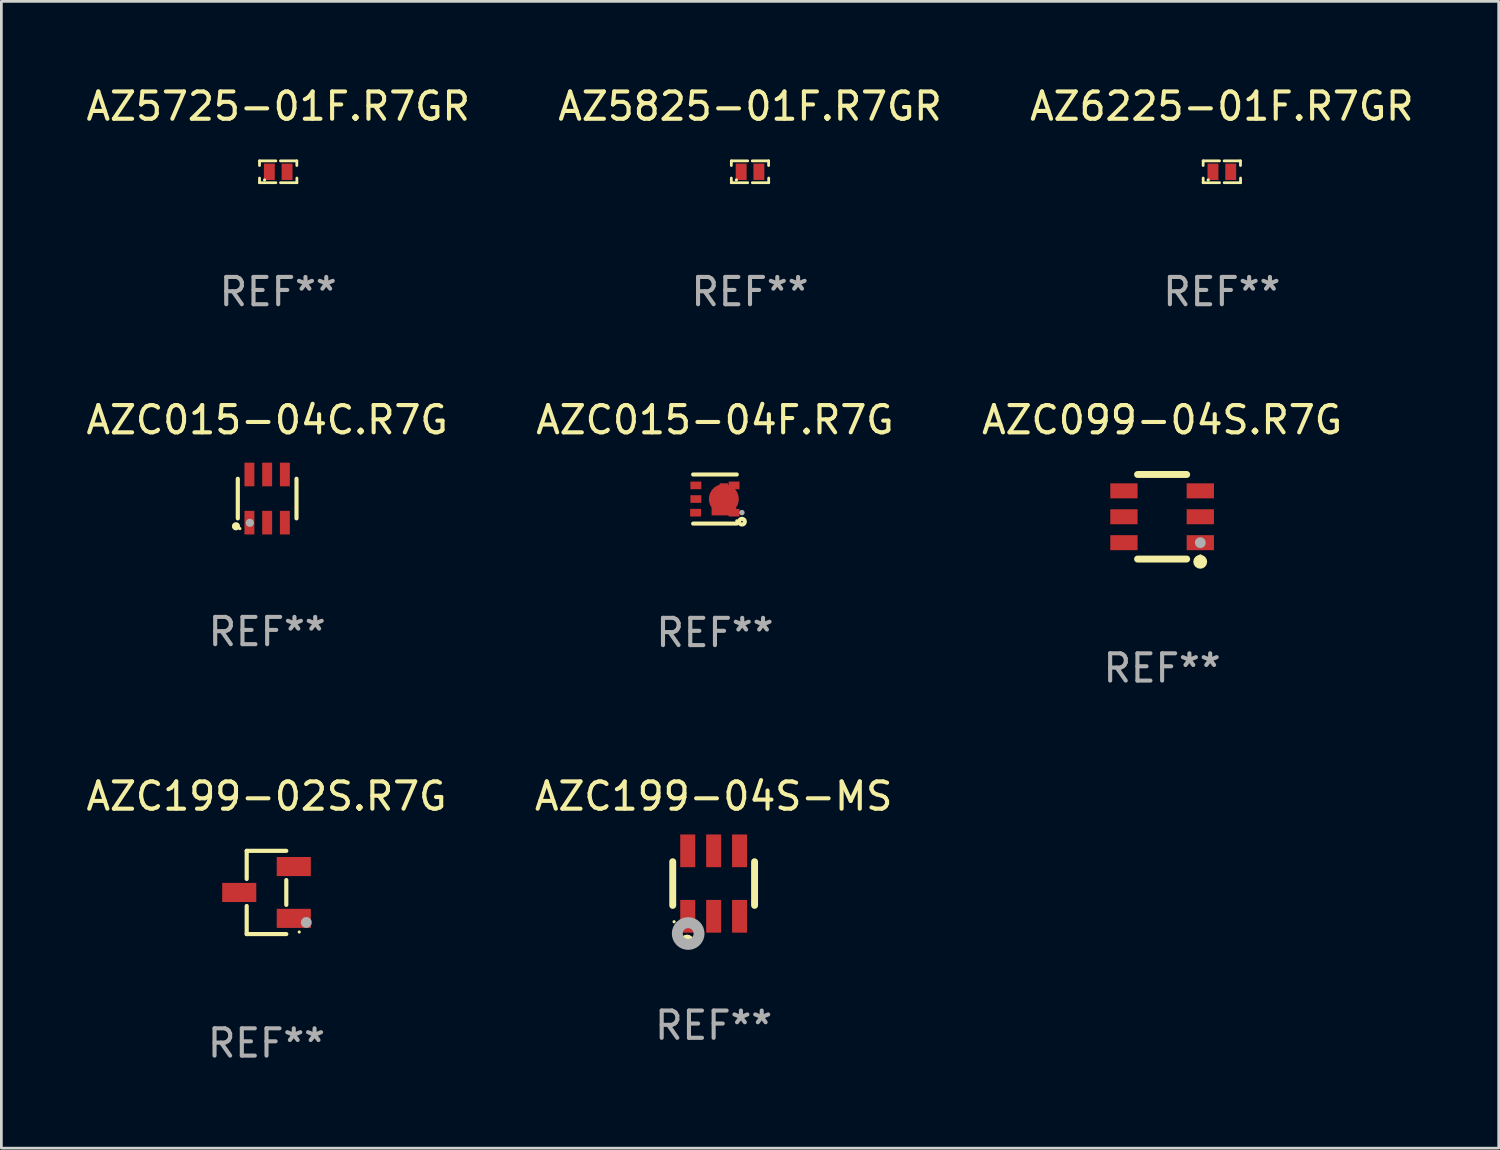
<source format=kicad_pcb>
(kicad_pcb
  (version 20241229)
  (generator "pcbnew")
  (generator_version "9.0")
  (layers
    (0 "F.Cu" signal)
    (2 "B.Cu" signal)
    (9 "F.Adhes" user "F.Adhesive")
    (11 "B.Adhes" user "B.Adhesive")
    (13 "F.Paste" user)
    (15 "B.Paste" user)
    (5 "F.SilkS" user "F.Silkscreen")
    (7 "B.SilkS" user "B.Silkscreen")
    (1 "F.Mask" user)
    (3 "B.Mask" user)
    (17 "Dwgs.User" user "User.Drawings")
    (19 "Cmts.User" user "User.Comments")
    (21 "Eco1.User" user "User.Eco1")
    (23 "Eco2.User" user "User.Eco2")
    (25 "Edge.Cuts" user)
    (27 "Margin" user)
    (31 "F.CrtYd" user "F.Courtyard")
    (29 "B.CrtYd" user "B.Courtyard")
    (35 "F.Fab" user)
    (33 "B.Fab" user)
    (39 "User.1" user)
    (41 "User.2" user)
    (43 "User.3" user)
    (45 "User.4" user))
  (footprint "AZC099-04S.R7G"
    (layer "F.Cu")
    (at 39.554 15.895)
    (property "Reference" "AZC099-04S.R7G" (at 0 -3.55 0) (layer "F.SilkS") (effects (font (size 1 1) (thickness 0.15))))
    (attr through_hole)
    (fp_line (start -0.9 -1.55) (end 0.9 -1.55) (stroke (width 0.254) (type solid)) (layer "F.SilkS"))
    (fp_line (start -0.9 1.55) (end 0.9 1.55) (stroke (width 0.254) (type solid)) (layer "F.SilkS"))
    (fp_circle (center 1.397 1.651) (end 1.524 1.651) (stroke (width 0.254) (type solid)) (fill no) (layer "F.SilkS"))
    (fp_circle (center 1.4 1.435) (end 1.43 1.435) (stroke (width 0.06) (type solid)) (fill no) (layer "F.SilkS"))
    (fp_circle (center 1.4 0.95) (end 1.5 0.95) (stroke (width 0.2) (type solid)) (fill no) (layer "F.Fab"))
    (fp_text user "REF**" (at 0 5.55 0) (layer "F.Fab") (effects (font (size 1 1) (thickness 0.15))))
    (pad "1" smd rect (at 1.4 0.95) (size 1 0.55) (layers "F.Cu" "F.Mask" "F.Paste"))
    (pad "2" smd rect (at 1.4 -0.000102) (size 1 0.55) (layers "F.Cu" "F.Mask" "F.Paste"))
    (pad "3" smd rect (at 1.4 -0.95) (size 1 0.55) (layers "F.Cu" "F.Mask" "F.Paste"))
    (pad "4" smd rect (at -1.4 -0.95) (size 1 0.55) (layers "F.Cu" "F.Mask" "F.Paste"))
    (pad "5" smd rect (at -1.4 -0.000102) (size 1 0.55) (layers "F.Cu" "F.Mask" "F.Paste"))
    (pad "6" smd rect (at -1.4 0.95) (size 1 0.55) (layers "F.Cu" "F.Mask" "F.Paste")))
  (footprint "AZ5725-01F.R7GR"
    (layer "F.Cu")
    (at 7.149 3.248)
    (property "Reference" "AZ5725-01F.R7GR" (at 0 -2.4 0) (layer "F.SilkS") (effects (font (size 1 1) (thickness 0.15))))
    (attr through_hole)
    (fp_line (start -0.685 -0.4) (end -0.685 -0.23) (stroke (width 0.102) (type solid)) (layer "F.SilkS"))
    (fp_line (start -0.685 0.4) (end -0.685 0.23) (stroke (width 0.102) (type solid)) (layer "F.SilkS"))
    (fp_line (start -0.085 -0.4) (end -0.685 -0.4) (stroke (width 0.102) (type solid)) (layer "F.SilkS"))
    (fp_line (start -0.085 0.4) (end -0.685 0.4) (stroke (width 0.102) (type solid)) (layer "F.SilkS"))
    (fp_line (start 0.082 -0.4) (end 0.682 -0.4) (stroke (width 0.102) (type solid)) (layer "F.SilkS"))
    (fp_line (start 0.085 0.4) (end 0.685 0.4) (stroke (width 0.102) (type solid)) (layer "F.SilkS"))
    (fp_line (start 0.682 -0.4) (end 0.682 -0.23) (stroke (width 0.102) (type solid)) (layer "F.SilkS"))
    (fp_line (start 0.685 0.4) (end 0.685 0.23) (stroke (width 0.102) (type solid)) (layer "F.SilkS"))
    (fp_circle (center -0.5 0.3) (end -0.47 0.3) (stroke (width 0.06) (type solid)) (fill no) (layer "F.SilkS"))
    (fp_text user "REF**" (at 0 4.4 0) (layer "F.Fab") (effects (font (size 1 1) (thickness 0.15))))
    (pad "1" smd rect (at -0.325 0) (size 0.4 0.6) (layers "F.Cu" "F.Mask" "F.Paste"))
    (pad "2" smd rect (at 0.325 0) (size 0.4 0.6) (layers "F.Cu" "F.Mask" "F.Paste")))
  (footprint "AZC199-04S-MS"
    (layer "F.Cu")
    (at 23.113 29.342)
    (property "Reference" "AZC199-04S-MS" (at 0 -3.2 0) (layer "F.SilkS") (effects (font (size 1 1) (thickness 0.15))))
    (attr through_hole)
    (fp_line (start -1.5 0.8) (end -1.5 -0.8) (stroke (width 0.254) (type solid)) (layer "F.SilkS"))
    (fp_line (start 1.5 -0.8) (end 1.5 0.8) (stroke (width 0.254) (type solid)) (layer "F.SilkS"))
    (fp_circle (center -1.45 1.4) (end -1.42 1.4) (stroke (width 0.06) (type solid)) (fill no) (layer "F.SilkS"))
    (fp_circle (center -0.975 2.125) (end -0.848 2.125) (stroke (width 0.254) (type solid)) (fill no) (layer "F.SilkS"))
    (fp_circle (center -0.934 1.832) (end -0.735 1.832) (stroke (width 0.4) (type solid)) (fill no) (layer "F.Fab"))
    (fp_text user "REF**" (at 0 5.2 0) (layer "F.Fab") (effects (font (size 1 1) (thickness 0.15))))
    (pad "1" smd rect (at -0.95 1.2) (size 0.55 1.2) (layers "F.Cu" "F.Mask" "F.Paste"))
    (pad "2" smd rect (at 0 1.2) (size 0.55 1.2) (layers "F.Cu" "F.Mask" "F.Paste"))
    (pad "3" smd rect (at 0.95 1.2) (size 0.55 1.2) (layers "F.Cu" "F.Mask" "F.Paste"))
    (pad "4" smd rect (at 0.95 -1.2) (size 0.55 1.2) (layers "F.Cu" "F.Mask" "F.Paste"))
    (pad "5" smd rect (at 0 -1.2) (size 0.55 1.2) (layers "F.Cu" "F.Mask" "F.Paste"))
    (pad "6" smd rect (at -0.95 -1.2) (size 0.55 1.2) (layers "F.Cu" "F.Mask" "F.Paste")))
  (footprint "AZ6225-01F.R7GR"
    (layer "F.Cu")
    (at 41.744 3.248)
    (property "Reference" "AZ6225-01F.R7GR" (at 0 -2.4 0) (layer "F.SilkS") (effects (font (size 1 1) (thickness 0.15))))
    (attr through_hole)
    (fp_line (start -0.685 -0.4) (end -0.685 -0.23) (stroke (width 0.102) (type solid)) (layer "F.SilkS"))
    (fp_line (start -0.685 0.4) (end -0.685 0.23) (stroke (width 0.102) (type solid)) (layer "F.SilkS"))
    (fp_line (start -0.085 -0.4) (end -0.685 -0.4) (stroke (width 0.102) (type solid)) (layer "F.SilkS"))
    (fp_line (start -0.085 0.4) (end -0.685 0.4) (stroke (width 0.102) (type solid)) (layer "F.SilkS"))
    (fp_line (start 0.082 -0.4) (end 0.682 -0.4) (stroke (width 0.102) (type solid)) (layer "F.SilkS"))
    (fp_line (start 0.085 0.4) (end 0.685 0.4) (stroke (width 0.102) (type solid)) (layer "F.SilkS"))
    (fp_line (start 0.682 -0.4) (end 0.682 -0.23) (stroke (width 0.102) (type solid)) (layer "F.SilkS"))
    (fp_line (start 0.685 0.4) (end 0.685 0.23) (stroke (width 0.102) (type solid)) (layer "F.SilkS"))
    (fp_circle (center -0.5 0.3) (end -0.47 0.3) (stroke (width 0.06) (type solid)) (fill no) (layer "F.SilkS"))
    (fp_text user "REF**" (at 0 4.4 0) (layer "F.Fab") (effects (font (size 1 1) (thickness 0.15))))
    (pad "1" smd rect (at -0.325 0) (size 0.4 0.6) (layers "F.Cu" "F.Mask" "F.Paste"))
    (pad "2" smd rect (at 0.325 0) (size 0.4 0.6) (layers "F.Cu" "F.Mask" "F.Paste")))
  (footprint "AZC199-02S.R7G"
    (layer "F.Cu")
    (at 6.72 29.668)
    (property "Reference" "AZC199-02S.R7G" (at 0 -3.526 0) (layer "F.SilkS") (effects (font (size 1 1) (thickness 0.15))))
    (attr through_hole)
    (fp_line (start -0.726 -1.526) (end -0.726 -0.495) (stroke (width 0.152) (type solid)) (layer "F.SilkS"))
    (fp_line (start -0.726 1.526) (end -0.726 0.495) (stroke (width 0.152) (type solid)) (layer "F.SilkS"))
    (fp_line (start 0.726 -1.526) (end -0.726 -1.526) (stroke (width 0.152) (type solid)) (layer "F.SilkS"))
    (fp_line (start 0.726 -0.455) (end 0.726 0.455) (stroke (width 0.152) (type solid)) (layer "F.SilkS"))
    (fp_line (start 0.726 1.526) (end -0.726 1.526) (stroke (width 0.152) (type solid)) (layer "F.SilkS"))
    (fp_circle (center 1.2 1.45) (end 1.23 1.45) (stroke (width 0.06) (type solid)) (fill no) (layer "F.SilkS"))
    (fp_circle (center 1.46 1.1) (end 1.56 1.1) (stroke (width 0.2) (type solid)) (fill no) (layer "F.Fab"))
    (fp_text user "REF**" (at 0 5.526 0) (layer "F.Fab") (effects (font (size 1 1) (thickness 0.15))))
    (pad "1" smd rect (at 1 0.95) (size 1.25 0.7) (layers "F.Cu" "F.Mask" "F.Paste"))
    (pad "2" smd rect (at 1 -0.95) (size 1.25 0.7) (layers "F.Cu" "F.Mask" "F.Paste"))
    (pad "3" smd rect (at -1 0) (size 1.25 0.7) (layers "F.Cu" "F.Mask" "F.Paste")))
  (footprint "AZ5825-01F.R7GR"
    (layer "F.Cu")
    (at 24.446 3.248)
    (property "Reference" "AZ5825-01F.R7GR" (at 0 -2.4 0) (layer "F.SilkS") (effects (font (size 1 1) (thickness 0.15))))
    (attr through_hole)
    (fp_line (start -0.685 -0.4) (end -0.685 -0.23) (stroke (width 0.102) (type solid)) (layer "F.SilkS"))
    (fp_line (start -0.685 0.4) (end -0.685 0.23) (stroke (width 0.102) (type solid)) (layer "F.SilkS"))
    (fp_line (start -0.085 -0.4) (end -0.685 -0.4) (stroke (width 0.102) (type solid)) (layer "F.SilkS"))
    (fp_line (start -0.085 0.4) (end -0.685 0.4) (stroke (width 0.102) (type solid)) (layer "F.SilkS"))
    (fp_line (start 0.082 -0.4) (end 0.682 -0.4) (stroke (width 0.102) (type solid)) (layer "F.SilkS"))
    (fp_line (start 0.085 0.4) (end 0.685 0.4) (stroke (width 0.102) (type solid)) (layer "F.SilkS"))
    (fp_line (start 0.682 -0.4) (end 0.682 -0.23) (stroke (width 0.102) (type solid)) (layer "F.SilkS"))
    (fp_line (start 0.685 0.4) (end 0.685 0.23) (stroke (width 0.102) (type solid)) (layer "F.SilkS"))
    (fp_circle (center -0.5 0.3) (end -0.47 0.3) (stroke (width 0.06) (type solid)) (fill no) (layer "F.SilkS"))
    (fp_text user "REF**" (at 0 4.4 0) (layer "F.Fab") (effects (font (size 1 1) (thickness 0.15))))
    (pad "1" smd rect (at -0.325 0) (size 0.4 0.6) (layers "F.Cu" "F.Mask" "F.Paste"))
    (pad "2" smd rect (at 0.325 0) (size 0.4 0.6) (layers "F.Cu" "F.Mask" "F.Paste")))
  (footprint "AZC015-04C.R7G"
    (layer "F.Cu")
    (at 6.744 15.228)
    (property "Reference" "AZC015-04C.R7G" (at 0 -2.883 0) (layer "F.SilkS") (effects (font (size 1 1) (thickness 0.15))))
    (attr through_hole)
    (fp_line (start -1.076 0.726) (end -1.076 -0.726) (stroke (width 0.152) (type solid)) (layer "F.SilkS"))
    (fp_line (start 1.076 0.726) (end 1.076 -0.726) (stroke (width 0.152) (type solid)) (layer "F.SilkS"))
    (fp_circle (center -1.143 1.016) (end -1.068 1.016) (stroke (width 0.15) (type solid)) (fill no) (layer "F.SilkS"))
    (fp_circle (center -1 1.1) (end -0.97 1.1) (stroke (width 0.06) (type solid)) (fill no) (layer "F.SilkS"))
    (fp_circle (center -0.635 0.889) (end -0.56 0.889) (stroke (width 0.15) (type solid)) (fill no) (layer "F.Fab"))
    (fp_text user "REF**" (at 0 4.883 0) (layer "F.Fab") (effects (font (size 1 1) (thickness 0.15))))
    (pad "1" smd rect (at -0.65 0.883) (size 0.364 0.866) (layers "F.Cu" "F.Mask" "F.Paste"))
    (pad "2" smd rect (at 0 0.883) (size 0.364 0.866) (layers "F.Cu" "F.Mask" "F.Paste"))
    (pad "3" smd rect (at 0.65 0.883) (size 0.364 0.866) (layers "F.Cu" "F.Mask" "F.Paste"))
    (pad "4" smd rect (at 0.65 -0.883) (size 0.364 0.866) (layers "F.Cu" "F.Mask" "F.Paste"))
    (pad "5" smd rect (at 0 -0.883) (size 0.364 0.866) (layers "F.Cu" "F.Mask" "F.Paste"))
    (pad "6" smd rect (at -0.65 -0.883) (size 0.364 0.866) (layers "F.Cu" "F.Mask" "F.Paste")))
  (footprint "AZC015-04F.R7G"
    (layer "F.Cu")
    (at 23.161 15.245)
    (property "Reference" "AZC015-04F.R7G" (at 0 -2.9 0) (layer "F.SilkS") (effects (font (size 1 1) (thickness 0.15))))
    (attr through_hole)
    (fp_line (start -0.8 -0.9) (end 0.8 -0.9) (stroke (width 0.15) (type solid)) (layer "F.SilkS"))
    (fp_line (start -0.8 0.9) (end 0.8 0.9) (stroke (width 0.15) (type solid)) (layer "F.SilkS"))
    (fp_circle (center 0.8 0.8) (end 0.83 0.8) (stroke (width 0.06) (type solid)) (fill no) (layer "F.SilkS"))
    (fp_circle (center 0.99 0.83) (end 1.02 0.83) (stroke (width 0.15) (type solid)) (fill no) (layer "F.SilkS"))
    (fp_circle (center 0.988 0.497) (end 1.038 0.497) (stroke (width 0.1) (type solid)) (fill no) (layer "F.Fab"))
    (fp_text user "REF**" (at 0 4.9 0) (layer "F.Fab") (effects (font (size 1 1) (thickness 0.15))))
    (pad "1" smd rect (at 0.7 0.5 90) (size 0.28 0.4) (layers "F.Cu" "F.Mask" "F.Paste"))
    (pad "2" smd custom (at 0.325 -0.000114 90) (size 1.1 0.9) (layers "F.Cu" "F.Mask" "F.Paste") (options (anchor circle)) (primitives (gr_poly (pts (xy -0.1 0.45) (xy -0.6 0.45) (xy -0.6 -0.45) (xy -0.05 -0.45) (xy -0.05 -0.15) (xy 0.575 -0.15) (xy 0.575 0.15) (xy -0.05 0.15) (xy -0.05 0.45)) (width 0) (fill yes))))
    (pad "3" smd rect (at 0.7 -0.5 90) (size 0.28 0.4) (layers "F.Cu" "F.Mask" "F.Paste"))
    (pad "4" smd rect (at -0.7 -0.5 90) (size 0.28 0.4) (layers "F.Cu" "F.Mask" "F.Paste"))
    (pad "5" smd rect (at -0.7 -0.000114 90) (size 0.28 0.4) (layers "F.Cu" "F.Mask" "F.Paste"))
    (pad "6" smd rect (at -0.71 0.5 90) (size 0.28 0.4) (layers "F.Cu" "F.Mask" "F.Paste")))
  (gr_rect
    (start -3 -3)
    (end 51.893 39.042)
    (stroke (width 0.1) (type default))
    (fill no)
    (layer "Edge.Cuts")))
</source>
